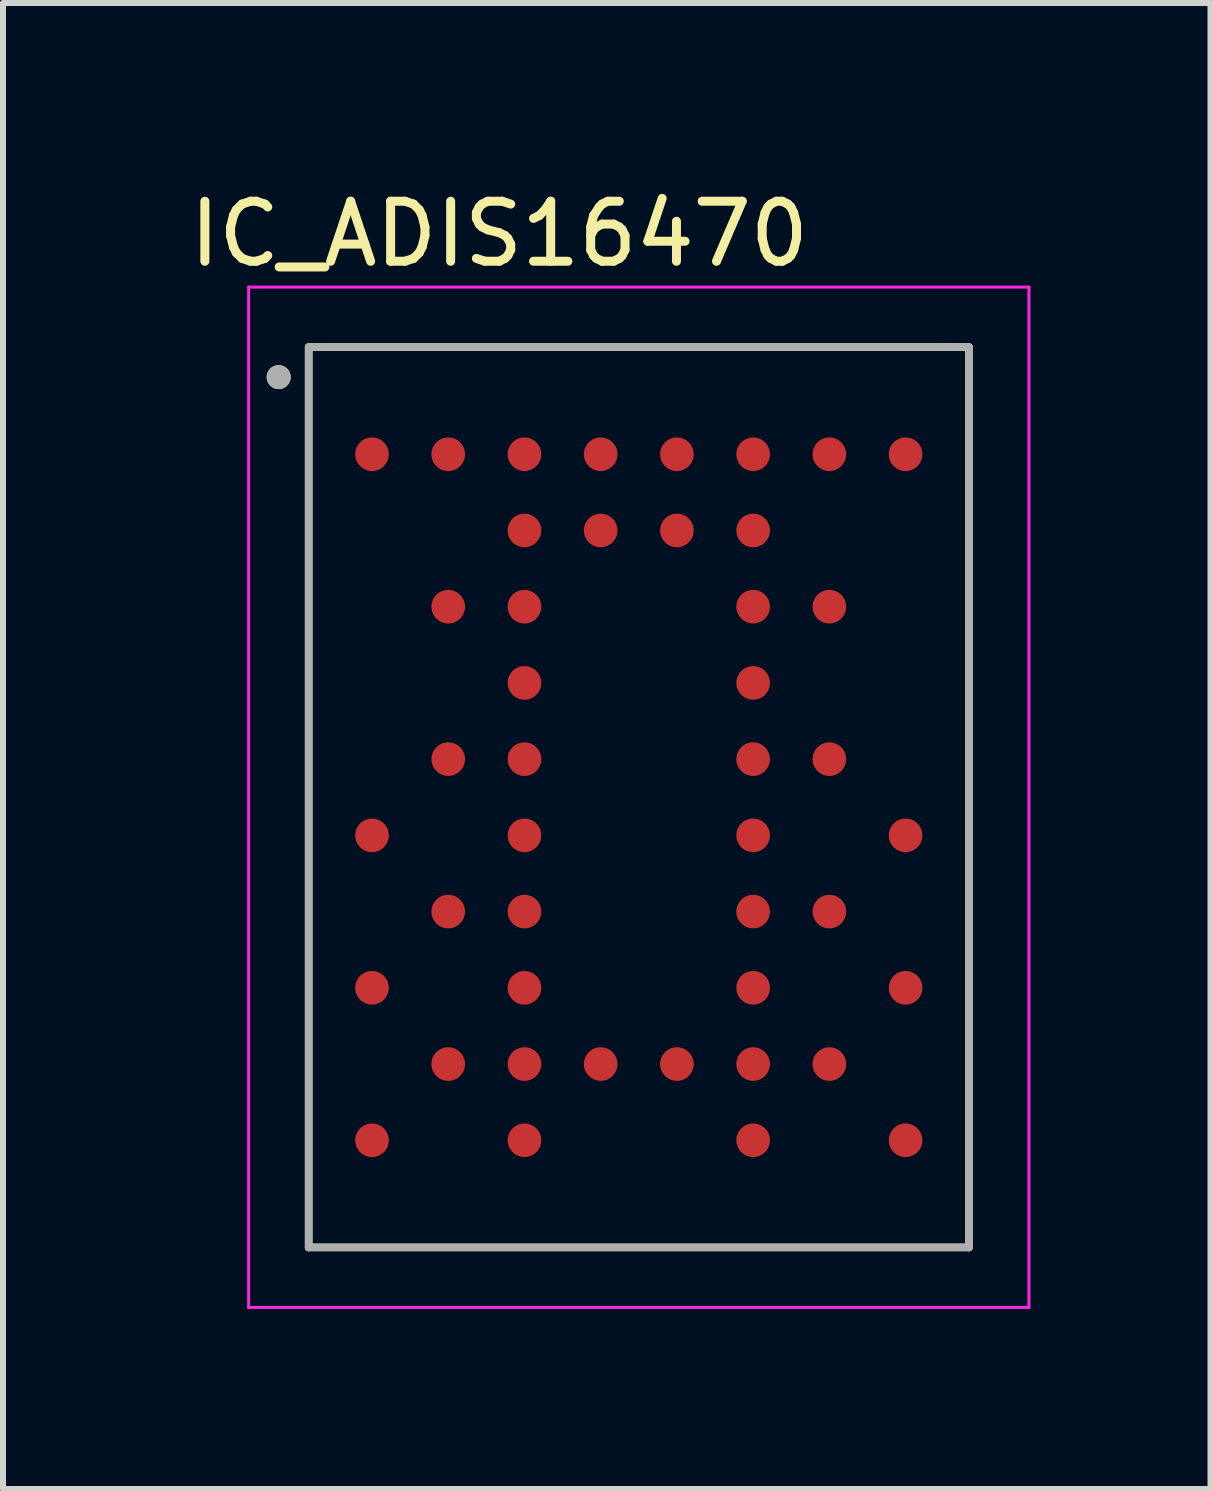
<source format=kicad_pcb>
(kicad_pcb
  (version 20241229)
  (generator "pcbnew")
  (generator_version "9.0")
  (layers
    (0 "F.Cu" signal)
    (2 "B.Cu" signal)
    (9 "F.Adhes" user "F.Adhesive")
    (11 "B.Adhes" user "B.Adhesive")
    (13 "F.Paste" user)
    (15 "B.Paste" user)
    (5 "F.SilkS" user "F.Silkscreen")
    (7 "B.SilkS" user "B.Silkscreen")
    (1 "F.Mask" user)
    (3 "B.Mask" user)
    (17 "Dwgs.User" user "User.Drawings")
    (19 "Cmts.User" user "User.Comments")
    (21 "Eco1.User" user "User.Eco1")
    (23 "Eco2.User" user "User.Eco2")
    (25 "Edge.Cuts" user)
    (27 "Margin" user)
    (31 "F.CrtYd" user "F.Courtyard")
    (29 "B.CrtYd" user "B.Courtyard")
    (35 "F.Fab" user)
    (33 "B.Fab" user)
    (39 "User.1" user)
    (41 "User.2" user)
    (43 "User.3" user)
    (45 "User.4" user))
  (footprint "IC_ADIS16470"
    (layer "F.Cu")
    (at 7.593 10.233)
    (property "Reference" "IC_ADIS16470" (at -2.325 -9.385 0) (layer "F.SilkS") (effects (font (size 1 1) (thickness 0.15))))
    (attr smd)
    (fp_circle (center -4.445 -5.715) (end -4.263 -5.715) (stroke (width 0.365) (type solid)) (fill no) (layer "F.Mask"))
    (fp_circle (center -4.445 0.635) (end -4.263 0.635) (stroke (width 0.365) (type solid)) (fill no) (layer "F.Mask"))
    (fp_circle (center -4.445 3.175) (end -4.263 3.175) (stroke (width 0.365) (type solid)) (fill no) (layer "F.Mask"))
    (fp_circle (center -4.445 5.715) (end -4.263 5.715) (stroke (width 0.365) (type solid)) (fill no) (layer "F.Mask"))
    (fp_circle (center -3.175 -5.715) (end -2.993 -5.715) (stroke (width 0.365) (type solid)) (fill no) (layer "F.Mask"))
    (fp_circle (center -3.175 -3.175) (end -2.993 -3.175) (stroke (width 0.365) (type solid)) (fill no) (layer "F.Mask"))
    (fp_circle (center -3.175 -0.635) (end -2.993 -0.635) (stroke (width 0.365) (type solid)) (fill no) (layer "F.Mask"))
    (fp_circle (center -3.175 1.905) (end -2.993 1.905) (stroke (width 0.365) (type solid)) (fill no) (layer "F.Mask"))
    (fp_circle (center -3.175 4.445) (end -2.993 4.445) (stroke (width 0.365) (type solid)) (fill no) (layer "F.Mask"))
    (fp_circle (center -1.905 -5.715) (end -1.722 -5.715) (stroke (width 0.365) (type solid)) (fill no) (layer "F.Mask"))
    (fp_circle (center -1.905 -4.445) (end -1.722 -4.445) (stroke (width 0.365) (type solid)) (fill no) (layer "F.Mask"))
    (fp_circle (center -1.905 -3.175) (end -1.722 -3.175) (stroke (width 0.365) (type solid)) (fill no) (layer "F.Mask"))
    (fp_circle (center -1.905 -1.905) (end -1.722 -1.905) (stroke (width 0.365) (type solid)) (fill no) (layer "F.Mask"))
    (fp_circle (center -1.905 -0.635) (end -1.722 -0.635) (stroke (width 0.365) (type solid)) (fill no) (layer "F.Mask"))
    (fp_circle (center -1.905 0.635) (end -1.722 0.635) (stroke (width 0.365) (type solid)) (fill no) (layer "F.Mask"))
    (fp_circle (center -1.905 1.905) (end -1.722 1.905) (stroke (width 0.365) (type solid)) (fill no) (layer "F.Mask"))
    (fp_circle (center -1.905 3.175) (end -1.722 3.175) (stroke (width 0.365) (type solid)) (fill no) (layer "F.Mask"))
    (fp_circle (center -1.905 4.445) (end -1.722 4.445) (stroke (width 0.365) (type solid)) (fill no) (layer "F.Mask"))
    (fp_circle (center -1.905 5.715) (end -1.722 5.715) (stroke (width 0.365) (type solid)) (fill no) (layer "F.Mask"))
    (fp_circle (center -0.635 -5.715) (end -0.453 -5.715) (stroke (width 0.365) (type solid)) (fill no) (layer "F.Mask"))
    (fp_circle (center -0.635 -4.445) (end -0.453 -4.445) (stroke (width 0.365) (type solid)) (fill no) (layer "F.Mask"))
    (fp_circle (center -0.635 4.445) (end -0.453 4.445) (stroke (width 0.365) (type solid)) (fill no) (layer "F.Mask"))
    (fp_circle (center 0.635 -5.715) (end 0.818 -5.715) (stroke (width 0.365) (type solid)) (fill no) (layer "F.Mask"))
    (fp_circle (center 0.635 -4.445) (end 0.818 -4.445) (stroke (width 0.365) (type solid)) (fill no) (layer "F.Mask"))
    (fp_circle (center 0.635 4.445) (end 0.818 4.445) (stroke (width 0.365) (type solid)) (fill no) (layer "F.Mask"))
    (fp_circle (center 1.905 -5.715) (end 2.087 -5.715) (stroke (width 0.365) (type solid)) (fill no) (layer "F.Mask"))
    (fp_circle (center 1.905 -4.445) (end 2.087 -4.445) (stroke (width 0.365) (type solid)) (fill no) (layer "F.Mask"))
    (fp_circle (center 1.905 -3.175) (end 2.087 -3.175) (stroke (width 0.365) (type solid)) (fill no) (layer "F.Mask"))
    (fp_circle (center 1.905 -1.905) (end 2.087 -1.905) (stroke (width 0.365) (type solid)) (fill no) (layer "F.Mask"))
    (fp_circle (center 1.905 -0.635) (end 2.087 -0.635) (stroke (width 0.365) (type solid)) (fill no) (layer "F.Mask"))
    (fp_circle (center 1.905 0.635) (end 2.087 0.635) (stroke (width 0.365) (type solid)) (fill no) (layer "F.Mask"))
    (fp_circle (center 1.905 1.905) (end 2.087 1.905) (stroke (width 0.365) (type solid)) (fill no) (layer "F.Mask"))
    (fp_circle (center 1.905 3.175) (end 2.087 3.175) (stroke (width 0.365) (type solid)) (fill no) (layer "F.Mask"))
    (fp_circle (center 1.905 4.445) (end 2.087 4.445) (stroke (width 0.365) (type solid)) (fill no) (layer "F.Mask"))
    (fp_circle (center 1.905 5.715) (end 2.087 5.715) (stroke (width 0.365) (type solid)) (fill no) (layer "F.Mask"))
    (fp_circle (center 3.175 -5.715) (end 3.357 -5.715) (stroke (width 0.365) (type solid)) (fill no) (layer "F.Mask"))
    (fp_circle (center 3.175 -3.175) (end 3.357 -3.175) (stroke (width 0.365) (type solid)) (fill no) (layer "F.Mask"))
    (fp_circle (center 3.175 -0.635) (end 3.357 -0.635) (stroke (width 0.365) (type solid)) (fill no) (layer "F.Mask"))
    (fp_circle (center 3.175 1.905) (end 3.357 1.905) (stroke (width 0.365) (type solid)) (fill no) (layer "F.Mask"))
    (fp_circle (center 3.175 4.445) (end 3.357 4.445) (stroke (width 0.365) (type solid)) (fill no) (layer "F.Mask"))
    (fp_circle (center 4.445 -5.715) (end 4.628 -5.715) (stroke (width 0.365) (type solid)) (fill no) (layer "F.Mask"))
    (fp_circle (center 4.445 0.635) (end 4.628 0.635) (stroke (width 0.365) (type solid)) (fill no) (layer "F.Mask"))
    (fp_circle (center 4.445 3.175) (end 4.628 3.175) (stroke (width 0.365) (type solid)) (fill no) (layer "F.Mask"))
    (fp_circle (center 4.445 5.715) (end 4.628 5.715) (stroke (width 0.365) (type solid)) (fill no) (layer "F.Mask"))
    (fp_line (start -5.5 -7.5) (end 5.5 -7.5) (stroke (width 0.127) (type solid)) (layer "F.SilkS"))
    (fp_line (start -5.5 7.5) (end -5.5 -7.5) (stroke (width 0.127) (type solid)) (layer "F.SilkS"))
    (fp_line (start 5.5 -7.5) (end 5.5 7.5) (stroke (width 0.127) (type solid)) (layer "F.SilkS"))
    (fp_line (start 5.5 7.5) (end -5.5 7.5) (stroke (width 0.127) (type solid)) (layer "F.SilkS"))
    (fp_circle (center -6 -7) (end -5.9 -7) (stroke (width 0.2) (type solid)) (fill no) (layer "F.SilkS"))
    (fp_line (start -6.5 -8.5) (end 6.5 -8.5) (stroke (width 0.05) (type solid)) (layer "F.CrtYd"))
    (fp_line (start -6.5 8.5) (end -6.5 -8.5) (stroke (width 0.05) (type solid)) (layer "F.CrtYd"))
    (fp_line (start 6.5 -8.5) (end 6.5 8.5) (stroke (width 0.05) (type solid)) (layer "F.CrtYd"))
    (fp_line (start 6.5 8.5) (end -6.5 8.5) (stroke (width 0.05) (type solid)) (layer "F.CrtYd"))
    (fp_line (start -5.5 -7.5) (end 5.5 -7.5) (stroke (width 0.127) (type solid)) (layer "F.Fab"))
    (fp_line (start -5.5 7.5) (end -5.5 -7.5) (stroke (width 0.127) (type solid)) (layer "F.Fab"))
    (fp_line (start 5.5 -7.5) (end 5.5 7.5) (stroke (width 0.127) (type solid)) (layer "F.Fab"))
    (fp_line (start 5.5 7.5) (end -5.5 7.5) (stroke (width 0.127) (type solid)) (layer "F.Fab"))
    (fp_circle (center -6 -7) (end -5.9 -7) (stroke (width 0.2) (type solid)) (fill no) (layer "F.Fab"))
    (pad "A1" smd circle (at -4.445 -5.715) (size 0.56 0.56) (layers "F.Cu" "F.Paste"))
    (pad "A2" smd circle (at -3.175 -5.715) (size 0.56 0.56) (layers "F.Cu" "F.Paste"))
    (pad "A3" smd circle (at -1.905 -5.715) (size 0.56 0.56) (layers "F.Cu" "F.Paste"))
    (pad "A4" smd circle (at -0.635 -5.715) (size 0.56 0.56) (layers "F.Cu" "F.Paste"))
    (pad "A5" smd circle (at 0.635 -5.715) (size 0.56 0.56) (layers "F.Cu" "F.Paste"))
    (pad "A6" smd circle (at 1.905 -5.715) (size 0.56 0.56) (layers "F.Cu" "F.Paste"))
    (pad "A7" smd circle (at 3.175 -5.715) (size 0.56 0.56) (layers "F.Cu" "F.Paste"))
    (pad "A8" smd circle (at 4.445 -5.715) (size 0.56 0.56) (layers "F.Cu" "F.Paste"))
    (pad "B3" smd circle (at -1.905 -4.445) (size 0.56 0.56) (layers "F.Cu" "F.Paste"))
    (pad "B4" smd circle (at -0.635 -4.445) (size 0.56 0.56) (layers "F.Cu" "F.Paste"))
    (pad "B5" smd circle (at 0.635 -4.445) (size 0.56 0.56) (layers "F.Cu" "F.Paste"))
    (pad "B6" smd circle (at 1.905 -4.445) (size 0.56 0.56) (layers "F.Cu" "F.Paste"))
    (pad "C2" smd circle (at -3.175 -3.175) (size 0.56 0.56) (layers "F.Cu" "F.Paste"))
    (pad "C3" smd circle (at -1.905 -3.175) (size 0.56 0.56) (layers "F.Cu" "F.Paste"))
    (pad "C6" smd circle (at 1.905 -3.175) (size 0.56 0.56) (layers "F.Cu" "F.Paste"))
    (pad "C7" smd circle (at 3.175 -3.175) (size 0.56 0.56) (layers "F.Cu" "F.Paste"))
    (pad "D3" smd circle (at -1.905 -1.905) (size 0.56 0.56) (layers "F.Cu" "F.Paste"))
    (pad "D6" smd circle (at 1.905 -1.905) (size 0.56 0.56) (layers "F.Cu" "F.Paste"))
    (pad "E2" smd circle (at -3.175 -0.635) (size 0.56 0.56) (layers "F.Cu" "F.Paste"))
    (pad "E3" smd circle (at -1.905 -0.635) (size 0.56 0.56) (layers "F.Cu" "F.Paste"))
    (pad "E6" smd circle (at 1.905 -0.635) (size 0.56 0.56) (layers "F.Cu" "F.Paste"))
    (pad "E7" smd circle (at 3.175 -0.635) (size 0.56 0.56) (layers "F.Cu" "F.Paste"))
    (pad "F1" smd circle (at -4.445 0.635) (size 0.56 0.56) (layers "F.Cu" "F.Paste"))
    (pad "F3" smd circle (at -1.905 0.635) (size 0.56 0.56) (layers "F.Cu" "F.Paste"))
    (pad "F6" smd circle (at 1.905 0.635) (size 0.56 0.56) (layers "F.Cu" "F.Paste"))
    (pad "F8" smd circle (at 4.445 0.635) (size 0.56 0.56) (layers "F.Cu" "F.Paste"))
    (pad "G2" smd circle (at -3.175 1.905) (size 0.56 0.56) (layers "F.Cu" "F.Paste"))
    (pad "G3" smd circle (at -1.905 1.905) (size 0.56 0.56) (layers "F.Cu" "F.Paste"))
    (pad "G6" smd circle (at 1.905 1.905) (size 0.56 0.56) (layers "F.Cu" "F.Paste"))
    (pad "G7" smd circle (at 3.175 1.905) (size 0.56 0.56) (layers "F.Cu" "F.Paste"))
    (pad "H1" smd circle (at -4.445 3.175) (size 0.56 0.56) (layers "F.Cu" "F.Paste"))
    (pad "H3" smd circle (at -1.905 3.175) (size 0.56 0.56) (layers "F.Cu" "F.Paste"))
    (pad "H6" smd circle (at 1.905 3.175) (size 0.56 0.56) (layers "F.Cu" "F.Paste"))
    (pad "H8" smd circle (at 4.445 3.175) (size 0.56 0.56) (layers "F.Cu" "F.Paste"))
    (pad "J2" smd circle (at -3.175 4.445) (size 0.56 0.56) (layers "F.Cu" "F.Paste"))
    (pad "J3" smd circle (at -1.905 4.445) (size 0.56 0.56) (layers "F.Cu" "F.Paste"))
    (pad "J4" smd circle (at -0.635 4.445) (size 0.56 0.56) (layers "F.Cu" "F.Paste"))
    (pad "J5" smd circle (at 0.635 4.445) (size 0.56 0.56) (layers "F.Cu" "F.Paste"))
    (pad "J6" smd circle (at 1.905 4.445) (size 0.56 0.56) (layers "F.Cu" "F.Paste"))
    (pad "J7" smd circle (at 3.175 4.445) (size 0.56 0.56) (layers "F.Cu" "F.Paste"))
    (pad "K1" smd circle (at -4.445 5.715) (size 0.56 0.56) (layers "F.Cu" "F.Paste"))
    (pad "K3" smd circle (at -1.905 5.715) (size 0.56 0.56) (layers "F.Cu" "F.Paste"))
    (pad "K6" smd circle (at 1.905 5.715) (size 0.56 0.56) (layers "F.Cu" "F.Paste"))
    (pad "K8" smd circle (at 4.445 5.715) (size 0.56 0.56) (layers "F.Cu" "F.Paste")))
  (gr_rect
    (start -3 -3)
    (end 17.118 21.758)
    (stroke (width 0.1) (type default))
    (fill no)
    (layer "Edge.Cuts")))
</source>
